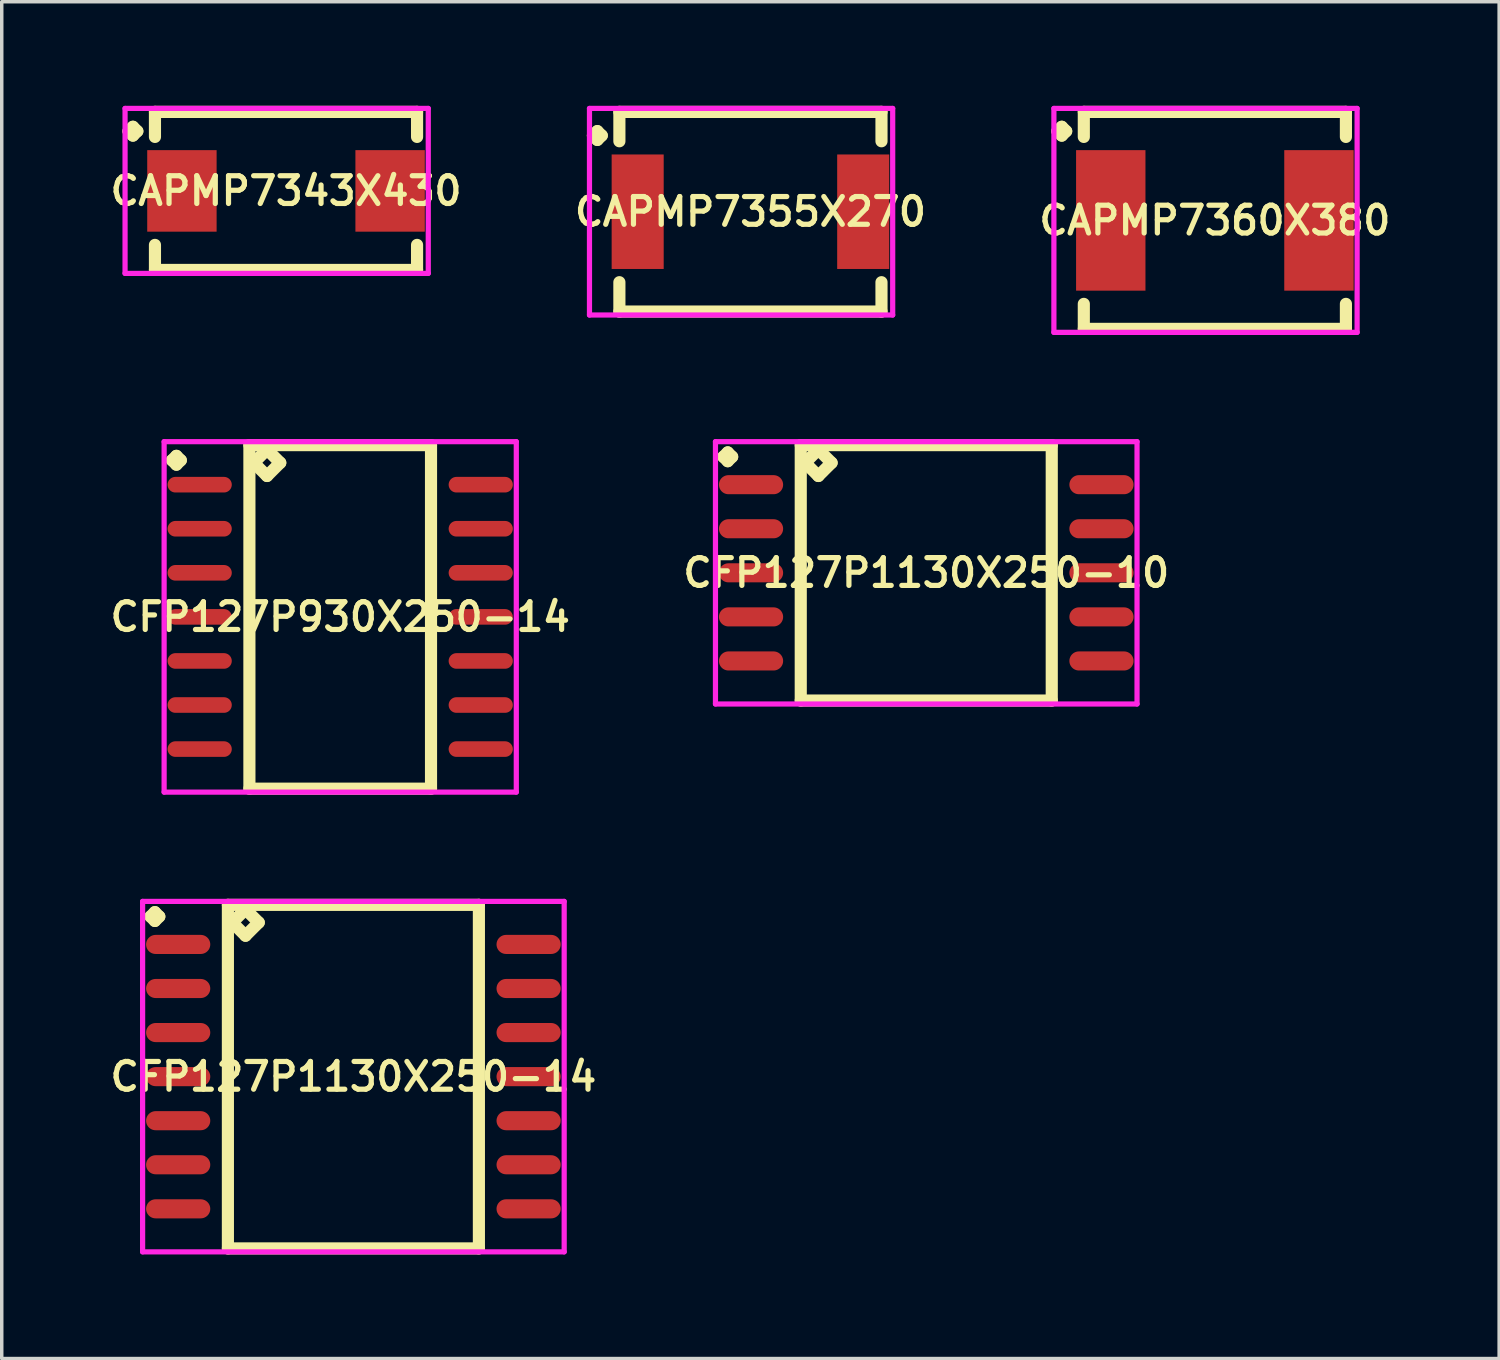
<source format=kicad_pcb>
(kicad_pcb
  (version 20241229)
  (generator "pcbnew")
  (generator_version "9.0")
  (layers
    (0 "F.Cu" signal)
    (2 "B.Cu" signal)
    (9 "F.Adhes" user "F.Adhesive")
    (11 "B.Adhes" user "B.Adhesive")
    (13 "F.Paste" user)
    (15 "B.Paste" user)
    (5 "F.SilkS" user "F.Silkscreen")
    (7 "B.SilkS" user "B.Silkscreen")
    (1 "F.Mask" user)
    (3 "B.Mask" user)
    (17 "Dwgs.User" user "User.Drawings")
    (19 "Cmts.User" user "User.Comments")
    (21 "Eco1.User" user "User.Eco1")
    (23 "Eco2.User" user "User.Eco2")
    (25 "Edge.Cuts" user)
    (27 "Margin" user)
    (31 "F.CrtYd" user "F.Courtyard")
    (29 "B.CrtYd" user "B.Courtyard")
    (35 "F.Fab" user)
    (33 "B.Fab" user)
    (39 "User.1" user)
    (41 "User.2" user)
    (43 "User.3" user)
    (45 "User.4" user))
  (footprint "CFP127P1130X250-14"
    (layer "F.Cu")
    (at 7.135 27.979)
    (property "Reference" "CFP127P1130X250-14" (at 0 0 0) (layer "F.SilkS") (effects (font (size 0.8 0.8) (thickness 0.15))))
    (attr through_hole)
    (fp_line (start -5.848 -4.614) (end -5.721 -4.741) (stroke (width 0.35) (type solid)) (layer "F.SilkS"))
    (fp_line (start -5.721 -4.741) (end -5.594 -4.614) (stroke (width 0.35) (type solid)) (layer "F.SilkS"))
    (fp_line (start -5.721 -4.487) (end -5.848 -4.614) (stroke (width 0.35) (type solid)) (layer "F.SilkS"))
    (fp_line (start -5.594 -4.614) (end -5.721 -4.487) (stroke (width 0.35) (type solid)) (layer "F.SilkS"))
    (fp_line (start -3.617 -4.95) (end -3.617 4.95) (stroke (width 0.35) (type solid)) (layer "F.SilkS"))
    (fp_line (start -3.617 4.95) (end 3.617 4.95) (stroke (width 0.35) (type solid)) (layer "F.SilkS"))
    (fp_line (start -3.49 -4.442) (end -3.109 -4.823) (stroke (width 0.35) (type solid)) (layer "F.SilkS"))
    (fp_line (start -3.109 -4.823) (end -2.728 -4.442) (stroke (width 0.35) (type solid)) (layer "F.SilkS"))
    (fp_line (start -3.109 -4.061) (end -3.49 -4.442) (stroke (width 0.35) (type solid)) (layer "F.SilkS"))
    (fp_line (start -2.728 -4.442) (end -3.109 -4.061) (stroke (width 0.35) (type solid)) (layer "F.SilkS"))
    (fp_line (start 3.617 -4.95) (end -3.617 -4.95) (stroke (width 0.35) (type solid)) (layer "F.SilkS"))
    (fp_line (start 3.617 4.95) (end 3.617 -4.95) (stroke (width 0.35) (type solid)) (layer "F.SilkS"))
    (fp_line (start -6.075 -5.05) (end 6.075 -5.05) (stroke (width 0.15) (type solid)) (layer "F.CrtYd"))
    (fp_line (start -6.075 5.05) (end -6.075 -5.05) (stroke (width 0.15) (type solid)) (layer "F.CrtYd"))
    (fp_line (start 6.075 -5.05) (end 6.075 5.05) (stroke (width 0.15) (type solid)) (layer "F.CrtYd"))
    (fp_line (start 6.075 5.05) (end -6.075 5.05) (stroke (width 0.15) (type solid)) (layer "F.CrtYd"))
    (pad "1" smd oval (at -5.05 -3.81) (size 1.85 0.55) (layers "F.Cu" "F.Mask" "F.Paste"))
    (pad "2" smd oval (at -5.05 -2.54) (size 1.85 0.55) (layers "F.Cu" "F.Mask" "F.Paste"))
    (pad "3" smd oval (at -5.05 -1.27) (size 1.85 0.55) (layers "F.Cu" "F.Mask" "F.Paste"))
    (pad "4" smd oval (at -5.05 0) (size 1.85 0.55) (layers "F.Cu" "F.Mask" "F.Paste"))
    (pad "5" smd oval (at -5.05 1.27) (size 1.85 0.55) (layers "F.Cu" "F.Mask" "F.Paste"))
    (pad "6" smd oval (at -5.05 2.54) (size 1.85 0.55) (layers "F.Cu" "F.Mask" "F.Paste"))
    (pad "7" smd oval (at -5.05 3.81) (size 1.85 0.55) (layers "F.Cu" "F.Mask" "F.Paste"))
    (pad "8" smd oval (at 5.05 3.81) (size 1.85 0.55) (layers "F.Cu" "F.Mask" "F.Paste"))
    (pad "9" smd oval (at 5.05 2.54) (size 1.85 0.55) (layers "F.Cu" "F.Mask" "F.Paste"))
    (pad "10" smd oval (at 5.05 1.27) (size 1.85 0.55) (layers "F.Cu" "F.Mask" "F.Paste"))
    (pad "11" smd oval (at 5.05 0) (size 1.85 0.55) (layers "F.Cu" "F.Mask" "F.Paste"))
    (pad "12" smd oval (at 5.05 -1.27) (size 1.85 0.55) (layers "F.Cu" "F.Mask" "F.Paste"))
    (pad "13" smd oval (at 5.05 -2.54) (size 1.85 0.55) (layers "F.Cu" "F.Mask" "F.Paste"))
    (pad "14" smd oval (at 5.05 -3.81) (size 1.85 0.55) (layers "F.Cu" "F.Mask" "F.Paste")))
  (footprint "CAPMP7360X380"
    (layer "F.Cu")
    (at 31.963 3.302)
    (property "Reference" "CAPMP7360X380" (at 0 0 0) (layer "F.SilkS") (effects (font (size 0.8 0.8) (thickness 0.15))))
    (attr smd)
    (fp_line (start -4.539 -2.571) (end -4.412 -2.698) (stroke (width 0.35) (type solid)) (layer "F.SilkS"))
    (fp_line (start -4.412 -2.698) (end -4.285 -2.571) (stroke (width 0.35) (type solid)) (layer "F.SilkS"))
    (fp_line (start -4.412 -2.444) (end -4.539 -2.571) (stroke (width 0.35) (type solid)) (layer "F.SilkS"))
    (fp_line (start -4.285 -2.571) (end -4.412 -2.444) (stroke (width 0.35) (type solid)) (layer "F.SilkS"))
    (fp_line (start -3.777 -3.127) (end 3.777 -3.127) (stroke (width 0.35) (type solid)) (layer "F.SilkS"))
    (fp_line (start -3.777 -2.406) (end -3.777 -3.127) (stroke (width 0.35) (type solid)) (layer "F.SilkS"))
    (fp_line (start -3.777 2.406) (end -3.777 3.127) (stroke (width 0.35) (type solid)) (layer "F.SilkS"))
    (fp_line (start -3.777 3.127) (end 3.777 3.127) (stroke (width 0.35) (type solid)) (layer "F.SilkS"))
    (fp_line (start 3.777 -3.127) (end 3.777 -2.406) (stroke (width 0.35) (type solid)) (layer "F.SilkS"))
    (fp_line (start 3.777 3.127) (end 3.777 2.406) (stroke (width 0.35) (type solid)) (layer "F.SilkS"))
    (fp_line (start -4.639 -3.227) (end 4.1 -3.227) (stroke (width 0.15) (type solid)) (layer "F.CrtYd"))
    (fp_line (start -4.639 3.227) (end -4.639 -3.227) (stroke (width 0.15) (type solid)) (layer "F.CrtYd"))
    (fp_line (start 4.1 -3.227) (end 4.1 3.227) (stroke (width 0.15) (type solid)) (layer "F.CrtYd"))
    (fp_line (start 4.1 3.227) (end -4.639 3.227) (stroke (width 0.15) (type solid)) (layer "F.CrtYd"))
    (pad "1" smd rect (at -3 0) (size 2 4.05) (layers "F.Cu" "F.Mask" "F.Paste"))
    (pad "2" smd rect (at 3 0) (size 2 4.05) (layers "F.Cu" "F.Mask" "F.Paste")))
  (footprint "CAPMP7343X430"
    (layer "F.Cu")
    (at 5.193 2.452)
    (property "Reference" "CAPMP7343X430" (at 0 0 0) (layer "F.SilkS") (effects (font (size 0.8 0.8) (thickness 0.15))))
    (attr through_hole)
    (fp_line (start -4.539 -1.721) (end -4.412 -1.848) (stroke (width 0.35) (type solid)) (layer "F.SilkS"))
    (fp_line (start -4.412 -1.848) (end -4.285 -1.721) (stroke (width 0.35) (type solid)) (layer "F.SilkS"))
    (fp_line (start -4.412 -1.594) (end -4.539 -1.721) (stroke (width 0.35) (type solid)) (layer "F.SilkS"))
    (fp_line (start -4.285 -1.721) (end -4.412 -1.594) (stroke (width 0.35) (type solid)) (layer "F.SilkS"))
    (fp_line (start -3.777 -2.277) (end 3.777 -2.277) (stroke (width 0.35) (type solid)) (layer "F.SilkS"))
    (fp_line (start -3.777 -1.556) (end -3.777 -2.277) (stroke (width 0.35) (type solid)) (layer "F.SilkS"))
    (fp_line (start -3.777 1.556) (end -3.777 2.277) (stroke (width 0.35) (type solid)) (layer "F.SilkS"))
    (fp_line (start -3.777 2.277) (end 3.777 2.277) (stroke (width 0.35) (type solid)) (layer "F.SilkS"))
    (fp_line (start 3.777 -2.277) (end 3.777 -1.556) (stroke (width 0.35) (type solid)) (layer "F.SilkS"))
    (fp_line (start 3.777 2.277) (end 3.777 1.556) (stroke (width 0.35) (type solid)) (layer "F.SilkS"))
    (fp_line (start -4.639 -2.377) (end 4.1 -2.377) (stroke (width 0.15) (type solid)) (layer "F.CrtYd"))
    (fp_line (start -4.639 2.377) (end -4.639 -2.377) (stroke (width 0.15) (type solid)) (layer "F.CrtYd"))
    (fp_line (start 4.1 -2.377) (end 4.1 2.377) (stroke (width 0.15) (type solid)) (layer "F.CrtYd"))
    (fp_line (start 4.1 2.377) (end -4.639 2.377) (stroke (width 0.15) (type solid)) (layer "F.CrtYd"))
    (pad "1" smd rect (at -3 0) (size 2 2.35) (layers "F.Cu" "F.Mask" "F.Paste"))
    (pad "2" smd rect (at 3 0) (size 2 2.35) (layers "F.Cu" "F.Mask" "F.Paste")))
  (footprint "CFP127P930X250-14"
    (layer "F.Cu")
    (at 6.755 14.729)
    (property "Reference" "CFP127P930X250-14" (at 0 0 0) (layer "F.SilkS") (effects (font (size 0.8 0.8) (thickness 0.15))))
    (attr smd)
    (fp_line (start -4.848 -4.514) (end -4.721 -4.641) (stroke (width 0.35) (type solid)) (layer "F.SilkS"))
    (fp_line (start -4.721 -4.641) (end -4.594 -4.514) (stroke (width 0.35) (type solid)) (layer "F.SilkS"))
    (fp_line (start -4.721 -4.387) (end -4.848 -4.514) (stroke (width 0.35) (type solid)) (layer "F.SilkS"))
    (fp_line (start -4.594 -4.514) (end -4.721 -4.387) (stroke (width 0.35) (type solid)) (layer "F.SilkS"))
    (fp_line (start -2.617 -4.95) (end -2.617 4.95) (stroke (width 0.35) (type solid)) (layer "F.SilkS"))
    (fp_line (start -2.617 4.95) (end 2.617 4.95) (stroke (width 0.35) (type solid)) (layer "F.SilkS"))
    (fp_line (start -2.49 -4.442) (end -2.109 -4.823) (stroke (width 0.35) (type solid)) (layer "F.SilkS"))
    (fp_line (start -2.109 -4.823) (end -1.728 -4.442) (stroke (width 0.35) (type solid)) (layer "F.SilkS"))
    (fp_line (start -2.109 -4.061) (end -2.49 -4.442) (stroke (width 0.35) (type solid)) (layer "F.SilkS"))
    (fp_line (start -1.728 -4.442) (end -2.109 -4.061) (stroke (width 0.35) (type solid)) (layer "F.SilkS"))
    (fp_line (start 2.617 -4.95) (end -2.617 -4.95) (stroke (width 0.35) (type solid)) (layer "F.SilkS"))
    (fp_line (start 2.617 4.95) (end 2.617 -4.95) (stroke (width 0.35) (type solid)) (layer "F.SilkS"))
    (fp_line (start -5.075 -5.05) (end 5.075 -5.05) (stroke (width 0.15) (type solid)) (layer "F.CrtYd"))
    (fp_line (start -5.075 5.05) (end -5.075 -5.05) (stroke (width 0.15) (type solid)) (layer "F.CrtYd"))
    (fp_line (start 5.075 -5.05) (end 5.075 5.05) (stroke (width 0.15) (type solid)) (layer "F.CrtYd"))
    (fp_line (start 5.075 5.05) (end -5.075 5.05) (stroke (width 0.15) (type solid)) (layer "F.CrtYd"))
    (pad "1" smd oval (at -4.05 -3.81) (size 1.85 0.45) (layers "F.Cu" "F.Mask" "F.Paste"))
    (pad "2" smd oval (at -4.05 -2.54) (size 1.85 0.45) (layers "F.Cu" "F.Mask" "F.Paste"))
    (pad "3" smd oval (at -4.05 -1.27) (size 1.85 0.45) (layers "F.Cu" "F.Mask" "F.Paste"))
    (pad "4" smd oval (at -4.05 0) (size 1.85 0.45) (layers "F.Cu" "F.Mask" "F.Paste"))
    (pad "5" smd oval (at -4.05 1.27) (size 1.85 0.45) (layers "F.Cu" "F.Mask" "F.Paste"))
    (pad "6" smd oval (at -4.05 2.54) (size 1.85 0.45) (layers "F.Cu" "F.Mask" "F.Paste"))
    (pad "7" smd oval (at -4.05 3.81) (size 1.85 0.45) (layers "F.Cu" "F.Mask" "F.Paste"))
    (pad "8" smd oval (at 4.05 3.81) (size 1.85 0.45) (layers "F.Cu" "F.Mask" "F.Paste"))
    (pad "9" smd oval (at 4.05 2.54) (size 1.85 0.45) (layers "F.Cu" "F.Mask" "F.Paste"))
    (pad "10" smd oval (at 4.05 1.27) (size 1.85 0.45) (layers "F.Cu" "F.Mask" "F.Paste"))
    (pad "11" smd oval (at 4.05 0) (size 1.85 0.45) (layers "F.Cu" "F.Mask" "F.Paste"))
    (pad "12" smd oval (at 4.05 -1.27) (size 1.85 0.45) (layers "F.Cu" "F.Mask" "F.Paste"))
    (pad "13" smd oval (at 4.05 -2.54) (size 1.85 0.45) (layers "F.Cu" "F.Mask" "F.Paste"))
    (pad "14" smd oval (at 4.05 -3.81) (size 1.85 0.45) (layers "F.Cu" "F.Mask" "F.Paste")))
  (footprint "CAPMP7355X270"
    (layer "F.Cu")
    (at 18.578 3.052)
    (property "Reference" "CAPMP7355X270" (at 0 0 0) (layer "F.SilkS") (effects (font (size 0.8 0.8) (thickness 0.15))))
    (attr smd)
    (fp_line (start -4.539 -2.196) (end -4.412 -2.323) (stroke (width 0.35) (type solid)) (layer "F.SilkS"))
    (fp_line (start -4.412 -2.323) (end -4.285 -2.196) (stroke (width 0.35) (type solid)) (layer "F.SilkS"))
    (fp_line (start -4.412 -2.069) (end -4.539 -2.196) (stroke (width 0.35) (type solid)) (layer "F.SilkS"))
    (fp_line (start -4.285 -2.196) (end -4.412 -2.069) (stroke (width 0.35) (type solid)) (layer "F.SilkS"))
    (fp_line (start -3.777 -2.877) (end 3.777 -2.877) (stroke (width 0.35) (type solid)) (layer "F.SilkS"))
    (fp_line (start -3.777 -2.031) (end -3.777 -2.877) (stroke (width 0.35) (type solid)) (layer "F.SilkS"))
    (fp_line (start -3.777 2.031) (end -3.777 2.877) (stroke (width 0.35) (type solid)) (layer "F.SilkS"))
    (fp_line (start -3.777 2.877) (end 3.777 2.877) (stroke (width 0.35) (type solid)) (layer "F.SilkS"))
    (fp_line (start 3.777 -2.877) (end 3.777 -2.031) (stroke (width 0.35) (type solid)) (layer "F.SilkS"))
    (fp_line (start 3.777 2.877) (end 3.777 2.031) (stroke (width 0.35) (type solid)) (layer "F.SilkS"))
    (fp_line (start -4.639 -2.977) (end 4.1 -2.977) (stroke (width 0.15) (type solid)) (layer "F.CrtYd"))
    (fp_line (start -4.639 2.977) (end -4.639 -2.977) (stroke (width 0.15) (type solid)) (layer "F.CrtYd"))
    (fp_line (start 4.1 -2.977) (end 4.1 2.977) (stroke (width 0.15) (type solid)) (layer "F.CrtYd"))
    (fp_line (start 4.1 2.977) (end -4.639 2.977) (stroke (width 0.15) (type solid)) (layer "F.CrtYd"))
    (pad "1" smd rect (at -3.25 0) (size 1.5 3.3) (layers "F.Cu" "F.Mask" "F.Paste"))
    (pad "2" smd rect (at 3.25 0) (size 1.5 3.3) (layers "F.Cu" "F.Mask" "F.Paste")))
  (footprint "CFP127P1130X250-10"
    (layer "F.Cu")
    (at 23.645 13.459)
    (property "Reference" "CFP127P1130X250-10" (at 0 0 0) (layer "F.SilkS") (effects (font (size 0.8 0.8) (thickness 0.15))))
    (attr through_hole)
    (fp_line (start -5.848 -3.344) (end -5.721 -3.471) (stroke (width 0.35) (type solid)) (layer "F.SilkS"))
    (fp_line (start -5.721 -3.471) (end -5.594 -3.344) (stroke (width 0.35) (type solid)) (layer "F.SilkS"))
    (fp_line (start -5.721 -3.217) (end -5.848 -3.344) (stroke (width 0.35) (type solid)) (layer "F.SilkS"))
    (fp_line (start -5.594 -3.344) (end -5.721 -3.217) (stroke (width 0.35) (type solid)) (layer "F.SilkS"))
    (fp_line (start -3.617 -3.68) (end -3.617 3.68) (stroke (width 0.35) (type solid)) (layer "F.SilkS"))
    (fp_line (start -3.617 3.68) (end 3.617 3.68) (stroke (width 0.35) (type solid)) (layer "F.SilkS"))
    (fp_line (start -3.49 -3.172) (end -3.109 -3.553) (stroke (width 0.35) (type solid)) (layer "F.SilkS"))
    (fp_line (start -3.109 -3.553) (end -2.728 -3.172) (stroke (width 0.35) (type solid)) (layer "F.SilkS"))
    (fp_line (start -3.109 -2.791) (end -3.49 -3.172) (stroke (width 0.35) (type solid)) (layer "F.SilkS"))
    (fp_line (start -2.728 -3.172) (end -3.109 -2.791) (stroke (width 0.35) (type solid)) (layer "F.SilkS"))
    (fp_line (start 3.617 -3.68) (end -3.617 -3.68) (stroke (width 0.35) (type solid)) (layer "F.SilkS"))
    (fp_line (start 3.617 3.68) (end 3.617 -3.68) (stroke (width 0.35) (type solid)) (layer "F.SilkS"))
    (fp_line (start -6.075 -3.78) (end 6.075 -3.78) (stroke (width 0.15) (type solid)) (layer "F.CrtYd"))
    (fp_line (start -6.075 3.78) (end -6.075 -3.78) (stroke (width 0.15) (type solid)) (layer "F.CrtYd"))
    (fp_line (start 6.075 -3.78) (end 6.075 3.78) (stroke (width 0.15) (type solid)) (layer "F.CrtYd"))
    (fp_line (start 6.075 3.78) (end -6.075 3.78) (stroke (width 0.15) (type solid)) (layer "F.CrtYd"))
    (pad "1" smd oval (at -5.05 -2.54) (size 1.85 0.55) (layers "F.Cu" "F.Mask" "F.Paste"))
    (pad "2" smd oval (at -5.05 -1.27) (size 1.85 0.55) (layers "F.Cu" "F.Mask" "F.Paste"))
    (pad "3" smd oval (at -5.05 0) (size 1.85 0.55) (layers "F.Cu" "F.Mask" "F.Paste"))
    (pad "4" smd oval (at -5.05 1.27) (size 1.85 0.55) (layers "F.Cu" "F.Mask" "F.Paste"))
    (pad "5" smd oval (at -5.05 2.54) (size 1.85 0.55) (layers "F.Cu" "F.Mask" "F.Paste"))
    (pad "6" smd oval (at 5.05 2.54) (size 1.85 0.55) (layers "F.Cu" "F.Mask" "F.Paste"))
    (pad "7" smd oval (at 5.05 1.27) (size 1.85 0.55) (layers "F.Cu" "F.Mask" "F.Paste"))
    (pad "8" smd oval (at 5.05 0) (size 1.85 0.55) (layers "F.Cu" "F.Mask" "F.Paste"))
    (pad "9" smd oval (at 5.05 -1.27) (size 1.85 0.55) (layers "F.Cu" "F.Mask" "F.Paste"))
    (pad "10" smd oval (at 5.05 -2.54) (size 1.85 0.55) (layers "F.Cu" "F.Mask" "F.Paste")))
  (gr_rect
    (start -3 -3)
    (end 40.156 36.104)
    (stroke (width 0.1) (type default))
    (fill no)
    (layer "Edge.Cuts")))
</source>
